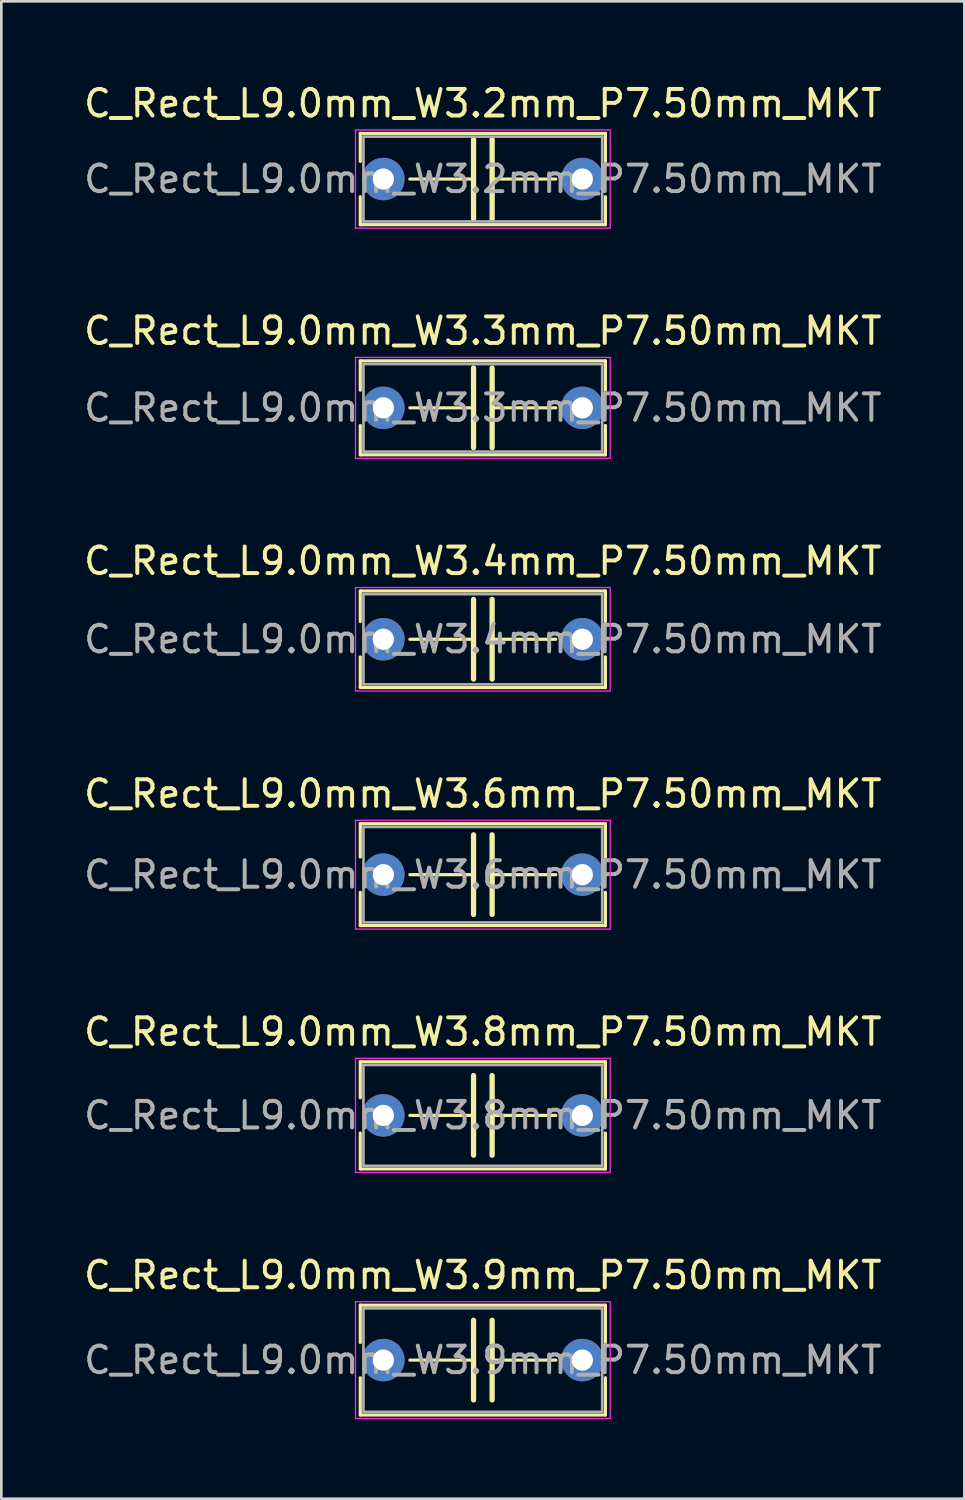
<source format=kicad_pcb>
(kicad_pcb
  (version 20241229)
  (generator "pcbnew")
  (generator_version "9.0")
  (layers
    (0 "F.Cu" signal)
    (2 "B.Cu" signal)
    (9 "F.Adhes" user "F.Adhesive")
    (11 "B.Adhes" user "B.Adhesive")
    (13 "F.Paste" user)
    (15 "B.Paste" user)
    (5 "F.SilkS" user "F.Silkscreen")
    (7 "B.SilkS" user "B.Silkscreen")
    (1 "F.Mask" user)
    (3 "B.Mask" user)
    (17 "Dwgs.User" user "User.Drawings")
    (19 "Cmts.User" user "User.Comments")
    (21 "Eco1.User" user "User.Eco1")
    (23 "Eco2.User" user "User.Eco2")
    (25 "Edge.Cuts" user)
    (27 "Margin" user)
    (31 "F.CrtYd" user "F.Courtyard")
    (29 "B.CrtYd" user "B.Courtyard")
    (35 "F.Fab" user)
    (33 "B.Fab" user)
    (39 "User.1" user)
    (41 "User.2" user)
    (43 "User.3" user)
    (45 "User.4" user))
  (footprint "C_Rect_L9.0mm_W3.6mm_P7.50mm_MKT"
    (layer "F.Cu")
    (at 11.399 29.918)
    (property "Reference" "C_Rect_L9.0mm_W3.6mm_P7.50mm_MKT" (at 3.75 -3.05 0) (layer "F.SilkS") (effects (font (size 1 1) (thickness 0.15))))
    (attr through_hole)
    (fp_line (start -0.87 -1.92) (end -0.87 -0.665) (stroke (width 0.12) (type solid)) (layer "F.SilkS"))
    (fp_line (start -0.87 -1.92) (end 8.37 -1.92) (stroke (width 0.12) (type solid)) (layer "F.SilkS"))
    (fp_line (start -0.87 0.665) (end -0.87 1.92) (stroke (width 0.12) (type solid)) (layer "F.SilkS"))
    (fp_line (start -0.87 1.92) (end 8.37 1.92) (stroke (width 0.12) (type solid)) (layer "F.SilkS"))
    (fp_line (start 1 0) (end 3.4 0) (stroke (width 0.12) (type solid)) (layer "F.SilkS"))
    (fp_line (start 3.4 -1.5) (end 3.4 1.5) (stroke (width 0.2) (type solid)) (layer "F.SilkS"))
    (fp_line (start 4.1 -1.5) (end 4.1 1.5) (stroke (width 0.2) (type solid)) (layer "F.SilkS"))
    (fp_line (start 4.1 0) (end 6.5 0) (stroke (width 0.12) (type solid)) (layer "F.SilkS"))
    (fp_line (start 8.37 -1.92) (end 8.37 -0.665) (stroke (width 0.12) (type solid)) (layer "F.SilkS"))
    (fp_line (start 8.37 0.665) (end 8.37 1.92) (stroke (width 0.12) (type solid)) (layer "F.SilkS"))
    (fp_line (start -1.05 -2.05) (end -1.05 2.05) (stroke (width 0.05) (type solid)) (layer "F.CrtYd"))
    (fp_line (start -1.05 2.05) (end 8.55 2.05) (stroke (width 0.05) (type solid)) (layer "F.CrtYd"))
    (fp_line (start 8.55 -2.05) (end -1.05 -2.05) (stroke (width 0.05) (type solid)) (layer "F.CrtYd"))
    (fp_line (start 8.55 2.05) (end 8.55 -2.05) (stroke (width 0.05) (type solid)) (layer "F.CrtYd"))
    (fp_line (start -0.75 -1.8) (end -0.75 1.8) (stroke (width 0.1) (type solid)) (layer "F.Fab"))
    (fp_line (start -0.75 1.8) (end 8.25 1.8) (stroke (width 0.1) (type solid)) (layer "F.Fab"))
    (fp_line (start 8.25 -1.8) (end -0.75 -1.8) (stroke (width 0.1) (type solid)) (layer "F.Fab"))
    (fp_line (start 8.25 1.8) (end 8.25 -1.8) (stroke (width 0.1) (type solid)) (layer "F.Fab"))
    (fp_text user "${REFERENCE}" (at 3.75 0 0) (layer "F.Fab") (effects (font (size 1 1) (thickness 0.15))))
    (pad "1" thru_hole circle (at 0 0) (size 1.6 1.6) (drill 0.8) (layers "*.Cu" "*.Mask"))
    (pad "2" thru_hole circle (at 7.5 0) (size 1.6 1.6) (drill 0.8) (layers "*.Cu" "*.Mask")))
  (footprint "C_Rect_L9.0mm_W3.2mm_P7.50mm_MKT"
    (layer "F.Cu")
    (at 11.399 3.698)
    (property "Reference" "C_Rect_L9.0mm_W3.2mm_P7.50mm_MKT" (at 3.75 -2.85 0) (layer "F.SilkS") (effects (font (size 1 1) (thickness 0.15))))
    (attr through_hole)
    (fp_line (start -0.87 -1.721) (end -0.87 -0.665) (stroke (width 0.12) (type solid)) (layer "F.SilkS"))
    (fp_line (start -0.87 -1.721) (end 8.37 -1.721) (stroke (width 0.12) (type solid)) (layer "F.SilkS"))
    (fp_line (start -0.87 0.665) (end -0.87 1.721) (stroke (width 0.12) (type solid)) (layer "F.SilkS"))
    (fp_line (start -0.87 1.721) (end 8.37 1.721) (stroke (width 0.12) (type solid)) (layer "F.SilkS"))
    (fp_line (start 1 0) (end 3.4 0) (stroke (width 0.12) (type solid)) (layer "F.SilkS"))
    (fp_line (start 3.4 -1.5) (end 3.4 1.5) (stroke (width 0.2) (type solid)) (layer "F.SilkS"))
    (fp_line (start 4.1 -1.5) (end 4.1 1.5) (stroke (width 0.2) (type solid)) (layer "F.SilkS"))
    (fp_line (start 4.1 0) (end 6.5 0) (stroke (width 0.12) (type solid)) (layer "F.SilkS"))
    (fp_line (start 8.37 -1.721) (end 8.37 -0.665) (stroke (width 0.12) (type solid)) (layer "F.SilkS"))
    (fp_line (start 8.37 0.665) (end 8.37 1.721) (stroke (width 0.12) (type solid)) (layer "F.SilkS"))
    (fp_line (start -1.05 -1.85) (end -1.05 1.85) (stroke (width 0.05) (type solid)) (layer "F.CrtYd"))
    (fp_line (start -1.05 1.85) (end 8.55 1.85) (stroke (width 0.05) (type solid)) (layer "F.CrtYd"))
    (fp_line (start 8.55 -1.85) (end -1.05 -1.85) (stroke (width 0.05) (type solid)) (layer "F.CrtYd"))
    (fp_line (start 8.55 1.85) (end 8.55 -1.85) (stroke (width 0.05) (type solid)) (layer "F.CrtYd"))
    (fp_line (start -0.75 -1.6) (end -0.75 1.6) (stroke (width 0.1) (type solid)) (layer "F.Fab"))
    (fp_line (start -0.75 1.6) (end 8.25 1.6) (stroke (width 0.1) (type solid)) (layer "F.Fab"))
    (fp_line (start 8.25 -1.6) (end -0.75 -1.6) (stroke (width 0.1) (type solid)) (layer "F.Fab"))
    (fp_line (start 8.25 1.6) (end 8.25 -1.6) (stroke (width 0.1) (type solid)) (layer "F.Fab"))
    (fp_text user "${REFERENCE}" (at 3.75 0 0) (layer "F.Fab") (effects (font (size 1 1) (thickness 0.15))))
    (pad "1" thru_hole circle (at 0 0) (size 1.6 1.6) (drill 0.8) (layers "*.Cu" "*.Mask"))
    (pad "2" thru_hole circle (at 7.5 0) (size 1.6 1.6) (drill 0.8) (layers "*.Cu" "*.Mask")))
  (footprint "C_Rect_L9.0mm_W3.9mm_P7.50mm_MKT"
    (layer "F.Cu")
    (at 11.399 48.215)
    (property "Reference" "C_Rect_L9.0mm_W3.9mm_P7.50mm_MKT" (at 3.75 -3.2 0) (layer "F.SilkS") (effects (font (size 1 1) (thickness 0.15))))
    (attr through_hole)
    (fp_line (start -0.87 -2.07) (end -0.87 -0.665) (stroke (width 0.12) (type solid)) (layer "F.SilkS"))
    (fp_line (start -0.87 -2.07) (end 8.37 -2.07) (stroke (width 0.12) (type solid)) (layer "F.SilkS"))
    (fp_line (start -0.87 0.665) (end -0.87 2.07) (stroke (width 0.12) (type solid)) (layer "F.SilkS"))
    (fp_line (start -0.87 2.07) (end 8.37 2.07) (stroke (width 0.12) (type solid)) (layer "F.SilkS"))
    (fp_line (start 1 0) (end 3.4 0) (stroke (width 0.12) (type solid)) (layer "F.SilkS"))
    (fp_line (start 3.4 -1.5) (end 3.4 1.5) (stroke (width 0.2) (type solid)) (layer "F.SilkS"))
    (fp_line (start 4.1 -1.5) (end 4.1 1.5) (stroke (width 0.2) (type solid)) (layer "F.SilkS"))
    (fp_line (start 4.1 0) (end 6.5 0) (stroke (width 0.12) (type solid)) (layer "F.SilkS"))
    (fp_line (start 8.37 -2.07) (end 8.37 -0.665) (stroke (width 0.12) (type solid)) (layer "F.SilkS"))
    (fp_line (start 8.37 0.665) (end 8.37 2.07) (stroke (width 0.12) (type solid)) (layer "F.SilkS"))
    (fp_line (start -1.05 -2.2) (end -1.05 2.2) (stroke (width 0.05) (type solid)) (layer "F.CrtYd"))
    (fp_line (start -1.05 2.2) (end 8.55 2.2) (stroke (width 0.05) (type solid)) (layer "F.CrtYd"))
    (fp_line (start 8.55 -2.2) (end -1.05 -2.2) (stroke (width 0.05) (type solid)) (layer "F.CrtYd"))
    (fp_line (start 8.55 2.2) (end 8.55 -2.2) (stroke (width 0.05) (type solid)) (layer "F.CrtYd"))
    (fp_line (start -0.75 -1.95) (end -0.75 1.95) (stroke (width 0.1) (type solid)) (layer "F.Fab"))
    (fp_line (start -0.75 1.95) (end 8.25 1.95) (stroke (width 0.1) (type solid)) (layer "F.Fab"))
    (fp_line (start 8.25 -1.95) (end -0.75 -1.95) (stroke (width 0.1) (type solid)) (layer "F.Fab"))
    (fp_line (start 8.25 1.95) (end 8.25 -1.95) (stroke (width 0.1) (type solid)) (layer "F.Fab"))
    (fp_text user "${REFERENCE}" (at 3.75 0 0) (layer "F.Fab") (effects (font (size 1 1) (thickness 0.15))))
    (pad "1" thru_hole circle (at 0 0) (size 1.6 1.6) (drill 0.8) (layers "*.Cu" "*.Mask"))
    (pad "2" thru_hole circle (at 7.5 0) (size 1.6 1.6) (drill 0.8) (layers "*.Cu" "*.Mask")))
  (footprint "C_Rect_L9.0mm_W3.4mm_P7.50mm_MKT"
    (layer "F.Cu")
    (at 11.399 21.045)
    (property "Reference" "C_Rect_L9.0mm_W3.4mm_P7.50mm_MKT" (at 3.75 -2.95 0) (layer "F.SilkS") (effects (font (size 1 1) (thickness 0.15))))
    (attr through_hole)
    (fp_line (start -0.87 -1.82) (end -0.87 -0.665) (stroke (width 0.12) (type solid)) (layer "F.SilkS"))
    (fp_line (start -0.87 -1.82) (end 8.37 -1.82) (stroke (width 0.12) (type solid)) (layer "F.SilkS"))
    (fp_line (start -0.87 0.665) (end -0.87 1.82) (stroke (width 0.12) (type solid)) (layer "F.SilkS"))
    (fp_line (start -0.87 1.82) (end 8.37 1.82) (stroke (width 0.12) (type solid)) (layer "F.SilkS"))
    (fp_line (start 1 0) (end 3.4 0) (stroke (width 0.12) (type solid)) (layer "F.SilkS"))
    (fp_line (start 3.4 -1.5) (end 3.4 1.5) (stroke (width 0.2) (type solid)) (layer "F.SilkS"))
    (fp_line (start 4.1 -1.5) (end 4.1 1.5) (stroke (width 0.2) (type solid)) (layer "F.SilkS"))
    (fp_line (start 4.1 0) (end 6.5 0) (stroke (width 0.12) (type solid)) (layer "F.SilkS"))
    (fp_line (start 8.37 -1.82) (end 8.37 -0.665) (stroke (width 0.12) (type solid)) (layer "F.SilkS"))
    (fp_line (start 8.37 0.665) (end 8.37 1.82) (stroke (width 0.12) (type solid)) (layer "F.SilkS"))
    (fp_line (start -1.05 -1.95) (end -1.05 1.95) (stroke (width 0.05) (type solid)) (layer "F.CrtYd"))
    (fp_line (start -1.05 1.95) (end 8.55 1.95) (stroke (width 0.05) (type solid)) (layer "F.CrtYd"))
    (fp_line (start 8.55 -1.95) (end -1.05 -1.95) (stroke (width 0.05) (type solid)) (layer "F.CrtYd"))
    (fp_line (start 8.55 1.95) (end 8.55 -1.95) (stroke (width 0.05) (type solid)) (layer "F.CrtYd"))
    (fp_line (start -0.75 -1.7) (end -0.75 1.7) (stroke (width 0.1) (type solid)) (layer "F.Fab"))
    (fp_line (start -0.75 1.7) (end 8.25 1.7) (stroke (width 0.1) (type solid)) (layer "F.Fab"))
    (fp_line (start 8.25 -1.7) (end -0.75 -1.7) (stroke (width 0.1) (type solid)) (layer "F.Fab"))
    (fp_line (start 8.25 1.7) (end 8.25 -1.7) (stroke (width 0.1) (type solid)) (layer "F.Fab"))
    (fp_text user "${REFERENCE}" (at 3.75 0 0) (layer "F.Fab") (effects (font (size 1 1) (thickness 0.15))))
    (pad "1" thru_hole circle (at 0 0) (size 1.6 1.6) (drill 0.8) (layers "*.Cu" "*.Mask"))
    (pad "2" thru_hole circle (at 7.5 0) (size 1.6 1.6) (drill 0.8) (layers "*.Cu" "*.Mask")))
  (footprint "C_Rect_L9.0mm_W3.3mm_P7.50mm_MKT"
    (layer "F.Cu")
    (at 11.399 12.322)
    (property "Reference" "C_Rect_L9.0mm_W3.3mm_P7.50mm_MKT" (at 3.75 -2.9 0) (layer "F.SilkS") (effects (font (size 1 1) (thickness 0.15))))
    (attr through_hole)
    (fp_line (start -0.87 -1.77) (end -0.87 -0.665) (stroke (width 0.12) (type solid)) (layer "F.SilkS"))
    (fp_line (start -0.87 -1.77) (end 8.37 -1.77) (stroke (width 0.12) (type solid)) (layer "F.SilkS"))
    (fp_line (start -0.87 0.665) (end -0.87 1.77) (stroke (width 0.12) (type solid)) (layer "F.SilkS"))
    (fp_line (start -0.87 1.77) (end 8.37 1.77) (stroke (width 0.12) (type solid)) (layer "F.SilkS"))
    (fp_line (start 1 0) (end 3.4 0) (stroke (width 0.12) (type solid)) (layer "F.SilkS"))
    (fp_line (start 3.4 -1.5) (end 3.4 1.5) (stroke (width 0.2) (type solid)) (layer "F.SilkS"))
    (fp_line (start 4.1 -1.5) (end 4.1 1.5) (stroke (width 0.2) (type solid)) (layer "F.SilkS"))
    (fp_line (start 4.1 0) (end 6.5 0) (stroke (width 0.12) (type solid)) (layer "F.SilkS"))
    (fp_line (start 8.37 -1.77) (end 8.37 -0.665) (stroke (width 0.12) (type solid)) (layer "F.SilkS"))
    (fp_line (start 8.37 0.665) (end 8.37 1.77) (stroke (width 0.12) (type solid)) (layer "F.SilkS"))
    (fp_line (start -1.05 -1.9) (end -1.05 1.9) (stroke (width 0.05) (type solid)) (layer "F.CrtYd"))
    (fp_line (start -1.05 1.9) (end 8.55 1.9) (stroke (width 0.05) (type solid)) (layer "F.CrtYd"))
    (fp_line (start 8.55 -1.9) (end -1.05 -1.9) (stroke (width 0.05) (type solid)) (layer "F.CrtYd"))
    (fp_line (start 8.55 1.9) (end 8.55 -1.9) (stroke (width 0.05) (type solid)) (layer "F.CrtYd"))
    (fp_line (start -0.75 -1.65) (end -0.75 1.65) (stroke (width 0.1) (type solid)) (layer "F.Fab"))
    (fp_line (start -0.75 1.65) (end 8.25 1.65) (stroke (width 0.1) (type solid)) (layer "F.Fab"))
    (fp_line (start 8.25 -1.65) (end -0.75 -1.65) (stroke (width 0.1) (type solid)) (layer "F.Fab"))
    (fp_line (start 8.25 1.65) (end 8.25 -1.65) (stroke (width 0.1) (type solid)) (layer "F.Fab"))
    (fp_text user "${REFERENCE}" (at 3.75 0 0) (layer "F.Fab") (effects (font (size 1 1) (thickness 0.15))))
    (pad "1" thru_hole circle (at 0 0) (size 1.6 1.6) (drill 0.8) (layers "*.Cu" "*.Mask"))
    (pad "2" thru_hole circle (at 7.5 0) (size 1.6 1.6) (drill 0.8) (layers "*.Cu" "*.Mask")))
  (footprint "C_Rect_L9.0mm_W3.8mm_P7.50mm_MKT"
    (layer "F.Cu")
    (at 11.399 38.991)
    (property "Reference" "C_Rect_L9.0mm_W3.8mm_P7.50mm_MKT" (at 3.75 -3.15 0) (layer "F.SilkS") (effects (font (size 1 1) (thickness 0.15))))
    (attr through_hole)
    (fp_line (start -0.87 -2.02) (end -0.87 -0.665) (stroke (width 0.12) (type solid)) (layer "F.SilkS"))
    (fp_line (start -0.87 -2.02) (end 8.37 -2.02) (stroke (width 0.12) (type solid)) (layer "F.SilkS"))
    (fp_line (start -0.87 0.665) (end -0.87 2.02) (stroke (width 0.12) (type solid)) (layer "F.SilkS"))
    (fp_line (start -0.87 2.02) (end 8.37 2.02) (stroke (width 0.12) (type solid)) (layer "F.SilkS"))
    (fp_line (start 1 0) (end 3.4 0) (stroke (width 0.12) (type solid)) (layer "F.SilkS"))
    (fp_line (start 3.4 -1.5) (end 3.4 1.5) (stroke (width 0.2) (type solid)) (layer "F.SilkS"))
    (fp_line (start 4.1 -1.5) (end 4.1 1.5) (stroke (width 0.2) (type solid)) (layer "F.SilkS"))
    (fp_line (start 4.1 0) (end 6.5 0) (stroke (width 0.12) (type solid)) (layer "F.SilkS"))
    (fp_line (start 8.37 -2.02) (end 8.37 -0.665) (stroke (width 0.12) (type solid)) (layer "F.SilkS"))
    (fp_line (start 8.37 0.665) (end 8.37 2.02) (stroke (width 0.12) (type solid)) (layer "F.SilkS"))
    (fp_line (start -1.05 -2.15) (end -1.05 2.15) (stroke (width 0.05) (type solid)) (layer "F.CrtYd"))
    (fp_line (start -1.05 2.15) (end 8.55 2.15) (stroke (width 0.05) (type solid)) (layer "F.CrtYd"))
    (fp_line (start 8.55 -2.15) (end -1.05 -2.15) (stroke (width 0.05) (type solid)) (layer "F.CrtYd"))
    (fp_line (start 8.55 2.15) (end 8.55 -2.15) (stroke (width 0.05) (type solid)) (layer "F.CrtYd"))
    (fp_line (start -0.75 -1.9) (end -0.75 1.9) (stroke (width 0.1) (type solid)) (layer "F.Fab"))
    (fp_line (start -0.75 1.9) (end 8.25 1.9) (stroke (width 0.1) (type solid)) (layer "F.Fab"))
    (fp_line (start 8.25 -1.9) (end -0.75 -1.9) (stroke (width 0.1) (type solid)) (layer "F.Fab"))
    (fp_line (start 8.25 1.9) (end 8.25 -1.9) (stroke (width 0.1) (type solid)) (layer "F.Fab"))
    (fp_text user "${REFERENCE}" (at 3.75 0 0) (layer "F.Fab") (effects (font (size 1 1) (thickness 0.15))))
    (pad "1" thru_hole circle (at 0 0) (size 1.6 1.6) (drill 0.8) (layers "*.Cu" "*.Mask"))
    (pad "2" thru_hole circle (at 7.5 0) (size 1.6 1.6) (drill 0.8) (layers "*.Cu" "*.Mask")))
  (gr_rect
    (start -3 -3)
    (end 33.298 53.44)
    (stroke (width 0.1) (type default))
    (fill no)
    (layer "Edge.Cuts")))
</source>
